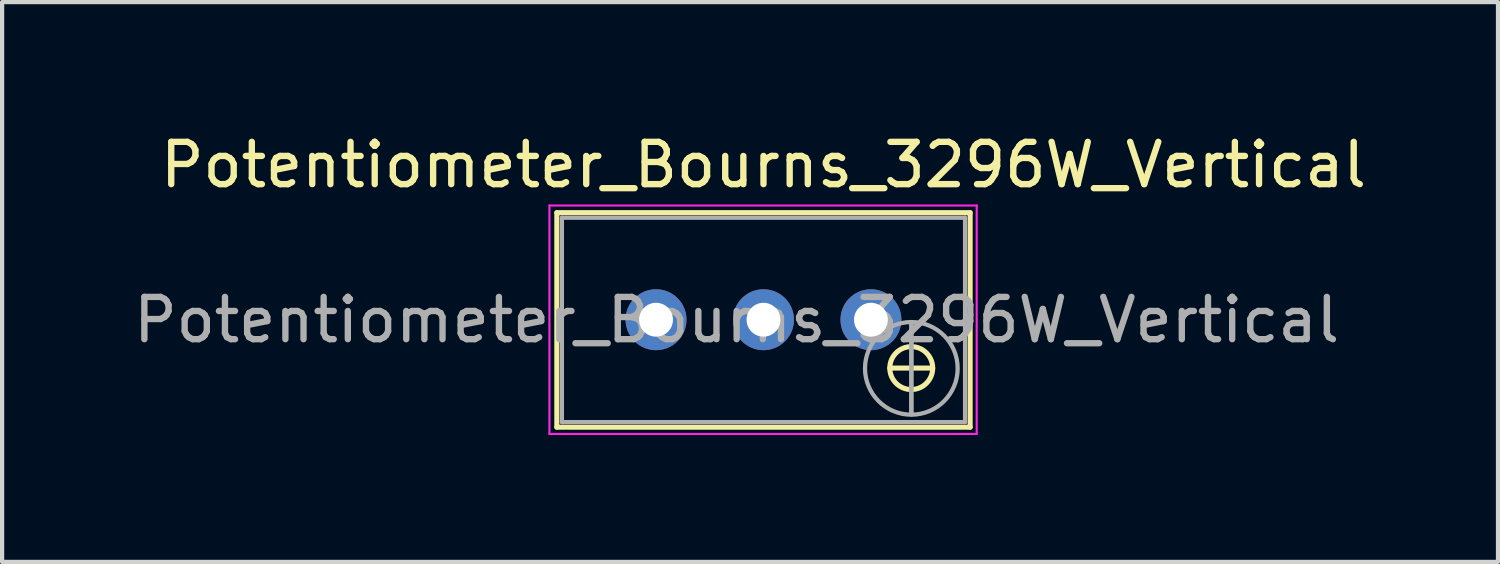
<source format=kicad_pcb>
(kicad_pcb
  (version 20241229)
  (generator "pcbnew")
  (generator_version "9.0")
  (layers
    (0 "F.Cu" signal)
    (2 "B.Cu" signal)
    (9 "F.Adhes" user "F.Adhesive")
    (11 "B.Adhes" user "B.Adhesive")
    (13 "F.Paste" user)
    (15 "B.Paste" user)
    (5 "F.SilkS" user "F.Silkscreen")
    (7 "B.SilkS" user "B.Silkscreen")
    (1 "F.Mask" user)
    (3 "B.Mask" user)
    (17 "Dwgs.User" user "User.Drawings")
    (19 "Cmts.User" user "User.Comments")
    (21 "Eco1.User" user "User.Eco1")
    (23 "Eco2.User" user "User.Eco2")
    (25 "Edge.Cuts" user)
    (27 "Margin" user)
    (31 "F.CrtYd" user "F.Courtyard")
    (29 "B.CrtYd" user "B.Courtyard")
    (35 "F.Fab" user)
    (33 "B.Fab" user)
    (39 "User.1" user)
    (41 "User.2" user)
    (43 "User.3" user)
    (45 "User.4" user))
  (footprint "Potentiometer_Bourns_3296W_Vertical"
    (layer "F.Cu")
    (at 17.538 4.508)
    (property "Reference" "Potentiometer_Bourns_3296W_Vertical" (at -2.54 -3.66 0) (layer "F.SilkS") (effects (font (size 1 1) (thickness 0.15))))
    (attr through_hole)
    (fp_line (start -7.425 -2.53) (end -7.425 2.54) (stroke (width 0.12) (type solid)) (layer "F.SilkS"))
    (fp_line (start -7.425 -2.53) (end 2.345 -2.53) (stroke (width 0.12) (type solid)) (layer "F.SilkS"))
    (fp_line (start -7.425 2.54) (end 2.345 2.54) (stroke (width 0.12) (type solid)) (layer "F.SilkS"))
    (fp_line (start 0.445 1.143) (end 1.46 1.143) (stroke (width 0.12) (type solid)) (layer "F.SilkS"))
    (fp_line (start 2.345 -2.53) (end 2.345 2.54) (stroke (width 0.12) (type solid)) (layer "F.SilkS"))
    (fp_circle (center 0.953 1.143) (end 1.46 1.143) (stroke (width 0.12) (type solid)) (fill no) (layer "F.SilkS"))
    (fp_line (start -7.6 -2.7) (end -7.6 2.7) (stroke (width 0.05) (type solid)) (layer "F.CrtYd"))
    (fp_line (start -7.6 2.7) (end 2.5 2.7) (stroke (width 0.05) (type solid)) (layer "F.CrtYd"))
    (fp_line (start 2.5 -2.7) (end -7.6 -2.7) (stroke (width 0.05) (type solid)) (layer "F.CrtYd"))
    (fp_line (start 2.5 2.7) (end 2.5 -2.7) (stroke (width 0.05) (type solid)) (layer "F.CrtYd"))
    (fp_line (start -7.305 -2.41) (end -7.305 2.42) (stroke (width 0.1) (type solid)) (layer "F.Fab"))
    (fp_line (start -7.305 2.42) (end 2.225 2.42) (stroke (width 0.1) (type solid)) (layer "F.Fab"))
    (fp_line (start 0.955 2.235) (end 0.956 0.066) (stroke (width 0.1) (type solid)) (layer "F.Fab"))
    (fp_line (start 0.955 2.235) (end 0.956 0.066) (stroke (width 0.1) (type solid)) (layer "F.Fab"))
    (fp_line (start 2.225 -2.41) (end -7.305 -2.41) (stroke (width 0.1) (type solid)) (layer "F.Fab"))
    (fp_line (start 2.225 2.42) (end 2.225 -2.41) (stroke (width 0.1) (type solid)) (layer "F.Fab"))
    (fp_circle (center 0.955 1.15) (end 2.05 1.15) (stroke (width 0.1) (type solid)) (fill no) (layer "F.Fab"))
    (fp_text user "${REFERENCE}" (at -3.175 0.005 0) (layer "F.Fab") (effects (font (size 1 1) (thickness 0.15))))
    (pad "1" thru_hole circle (at 0 0) (size 1.44 1.44) (drill 0.8) (layers "*.Cu" "*.Mask"))
    (pad "2" thru_hole circle (at -2.54 0) (size 1.44 1.44) (drill 0.8) (layers "*.Cu" "*.Mask"))
    (pad "3" thru_hole circle (at -5.08 0) (size 1.44 1.44) (drill 0.8) (layers "*.Cu" "*.Mask")))
  (gr_rect
    (start -3 -3)
    (end 32.361 10.233)
    (stroke (width 0.1) (type default))
    (fill no)
    (layer "Edge.Cuts")))
</source>
